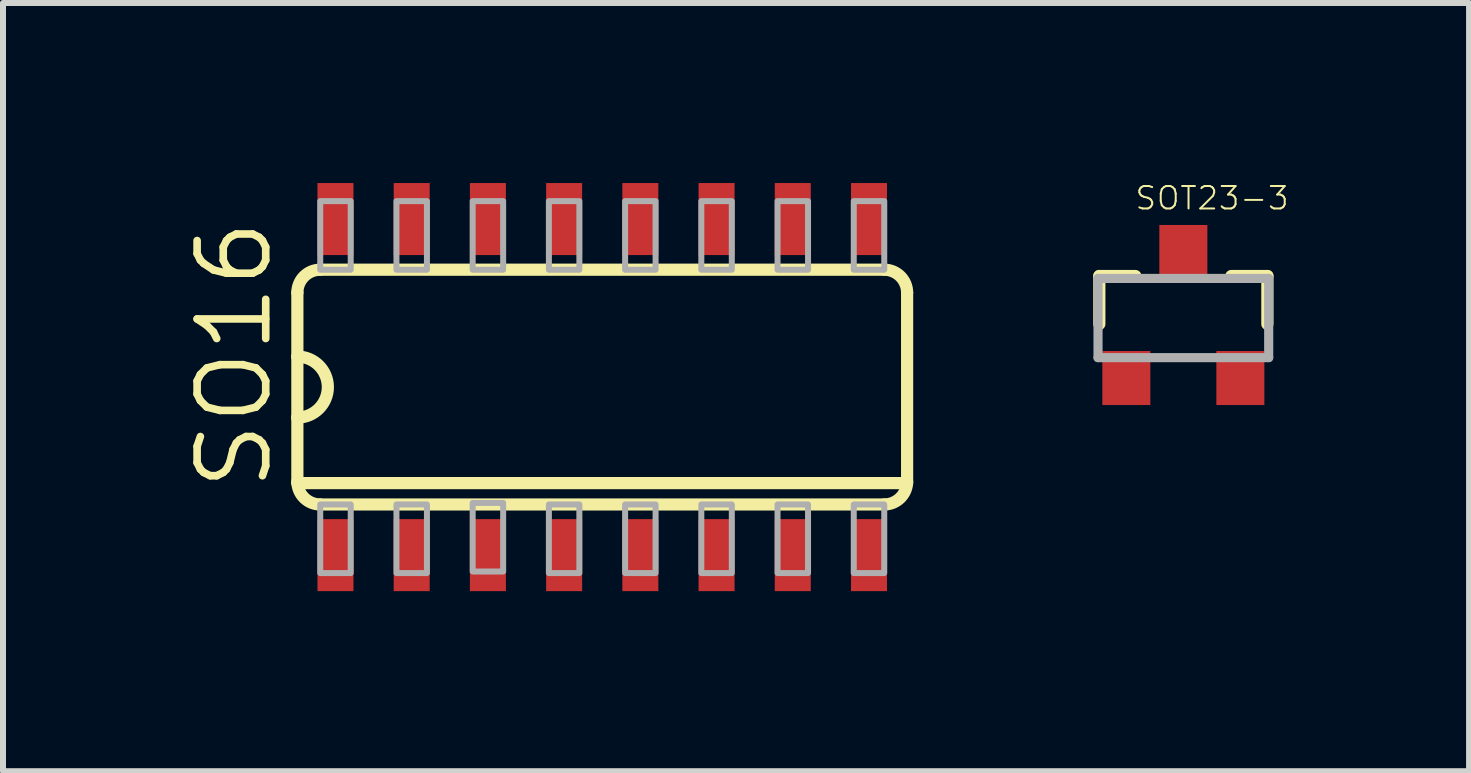
<source format=kicad_pcb>
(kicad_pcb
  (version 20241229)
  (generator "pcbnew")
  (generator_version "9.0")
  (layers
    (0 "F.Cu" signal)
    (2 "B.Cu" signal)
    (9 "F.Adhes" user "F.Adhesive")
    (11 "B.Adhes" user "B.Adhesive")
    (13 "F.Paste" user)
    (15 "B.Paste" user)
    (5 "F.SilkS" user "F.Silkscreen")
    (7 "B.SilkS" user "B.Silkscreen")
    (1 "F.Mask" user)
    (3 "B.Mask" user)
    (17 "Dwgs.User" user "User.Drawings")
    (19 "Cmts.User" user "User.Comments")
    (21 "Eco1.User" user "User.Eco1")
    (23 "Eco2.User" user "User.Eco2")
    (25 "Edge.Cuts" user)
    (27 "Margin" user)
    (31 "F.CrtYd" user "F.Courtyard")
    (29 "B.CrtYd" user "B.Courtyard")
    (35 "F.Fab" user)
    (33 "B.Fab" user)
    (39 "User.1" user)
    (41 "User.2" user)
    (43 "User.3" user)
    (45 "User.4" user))
  (footprint "SO16"
    (layer "F.Cu")
    (at 6.985 3.4)
    (property "Reference" "SO16" (at -5.461 1.778 90) (layer "F.SilkS") (effects (font (size 1.143 1.143) (thickness 0.127)) (justify left bottom)))
    (fp_line (start -5.08 -1.575) (end -5.08 -0.508) (stroke (width 0.203) (type solid)) (layer "F.SilkS"))
    (fp_line (start -5.08 -0.508) (end -5.08 0.508) (stroke (width 0.203) (type solid)) (layer "F.SilkS"))
    (fp_line (start -5.08 0.508) (end -5.08 1.575) (stroke (width 0.203) (type solid)) (layer "F.SilkS"))
    (fp_line (start -5.08 1.6) (end 5.08 1.6) (stroke (width 0.203) (type solid)) (layer "F.SilkS"))
    (fp_line (start -4.699 1.956) (end 4.699 1.956) (stroke (width 0.203) (type solid)) (layer "F.SilkS"))
    (fp_line (start 4.699 -1.956) (end -4.699 -1.956) (stroke (width 0.203) (type solid)) (layer "F.SilkS"))
    (fp_line (start 5.08 1.575) (end 5.08 -1.575) (stroke (width 0.203) (type solid)) (layer "F.SilkS"))
    (fp_arc (start -5.08 -1.5748) (mid -4.968408 -1.844208) (end -4.699 -1.9558) (stroke (width 0.2032) (type solid)) (layer "F.SilkS"))
    (fp_arc (start -5.08 -0.508) (mid -4.572 0) (end -5.08 0.508) (stroke (width 0.2032) (type solid)) (layer "F.SilkS"))
    (fp_arc (start -4.699 1.9558) (mid -4.968408 1.844208) (end -5.08 1.5748) (stroke (width 0.2032) (type solid)) (layer "F.SilkS"))
    (fp_arc (start 4.699 -1.9558) (mid 4.968408 -1.844208) (end 5.08 -1.5748) (stroke (width 0.2032) (type solid)) (layer "F.SilkS"))
    (fp_arc (start 5.08 1.5748) (mid 4.968408 1.844208) (end 4.699 1.9558) (stroke (width 0.2032) (type solid)) (layer "F.SilkS"))
    (fp_poly (pts (xy -4.699 -1.956) (xy -4.191 -1.956) (xy -4.191 -3.099) (xy -4.699 -3.099)) (stroke (width 0.1) (type solid)) (fill no) (layer "F.Fab"))
    (fp_poly (pts (xy -4.699 3.099) (xy -4.191 3.099) (xy -4.191 1.956) (xy -4.699 1.956)) (stroke (width 0.1) (type solid)) (fill no) (layer "F.Fab"))
    (fp_poly (pts (xy -3.429 -1.956) (xy -2.921 -1.956) (xy -2.921 -3.099) (xy -3.429 -3.099)) (stroke (width 0.1) (type solid)) (fill no) (layer "F.Fab"))
    (fp_poly (pts (xy -3.429 3.099) (xy -2.921 3.099) (xy -2.921 1.956) (xy -3.429 1.956)) (stroke (width 0.1) (type solid)) (fill no) (layer "F.Fab"))
    (fp_poly (pts (xy -2.159 -1.956) (xy -1.651 -1.956) (xy -1.651 -3.099) (xy -2.159 -3.099)) (stroke (width 0.1) (type solid)) (fill no) (layer "F.Fab"))
    (fp_poly (pts (xy -2.159 3.073) (xy -1.651 3.073) (xy -1.651 1.93) (xy -2.159 1.93)) (stroke (width 0.1) (type solid)) (fill no) (layer "F.Fab"))
    (fp_poly (pts (xy -0.889 -1.956) (xy -0.381 -1.956) (xy -0.381 -3.099) (xy -0.889 -3.099)) (stroke (width 0.1) (type solid)) (fill no) (layer "F.Fab"))
    (fp_poly (pts (xy -0.889 3.099) (xy -0.381 3.099) (xy -0.381 1.956) (xy -0.889 1.956)) (stroke (width 0.1) (type solid)) (fill no) (layer "F.Fab"))
    (fp_poly (pts (xy 0.381 -1.956) (xy 0.889 -1.956) (xy 0.889 -3.099) (xy 0.381 -3.099)) (stroke (width 0.1) (type solid)) (fill no) (layer "F.Fab"))
    (fp_poly (pts (xy 0.381 3.099) (xy 0.889 3.099) (xy 0.889 1.956) (xy 0.381 1.956)) (stroke (width 0.1) (type solid)) (fill no) (layer "F.Fab"))
    (fp_poly (pts (xy 1.651 -1.956) (xy 2.159 -1.956) (xy 2.159 -3.099) (xy 1.651 -3.099)) (stroke (width 0.1) (type solid)) (fill no) (layer "F.Fab"))
    (fp_poly (pts (xy 1.651 3.099) (xy 2.159 3.099) (xy 2.159 1.956) (xy 1.651 1.956)) (stroke (width 0.1) (type solid)) (fill no) (layer "F.Fab"))
    (fp_poly (pts (xy 2.921 -1.956) (xy 3.429 -1.956) (xy 3.429 -3.099) (xy 2.921 -3.099)) (stroke (width 0.1) (type solid)) (fill no) (layer "F.Fab"))
    (fp_poly (pts (xy 2.921 3.099) (xy 3.429 3.099) (xy 3.429 1.956) (xy 2.921 1.956)) (stroke (width 0.1) (type solid)) (fill no) (layer "F.Fab"))
    (fp_poly (pts (xy 4.191 -1.956) (xy 4.699 -1.956) (xy 4.699 -3.099) (xy 4.191 -3.099)) (stroke (width 0.1) (type solid)) (fill no) (layer "F.Fab"))
    (fp_poly (pts (xy 4.191 3.099) (xy 4.699 3.099) (xy 4.699 1.956) (xy 4.191 1.956)) (stroke (width 0.1) (type solid)) (fill no) (layer "F.Fab"))
    (pad "1" smd rect (at -4.445 2.8) (size 0.6 1.2) (layers "F.Cu" "F.Mask" "F.Paste"))
    (pad "2" smd rect (at -3.175 2.8) (size 0.6 1.2) (layers "F.Cu" "F.Mask" "F.Paste"))
    (pad "3" smd rect (at -1.905 2.8) (size 0.6 1.2) (layers "F.Cu" "F.Mask" "F.Paste"))
    (pad "4" smd rect (at -0.635 2.8) (size 0.6 1.2) (layers "F.Cu" "F.Mask" "F.Paste"))
    (pad "5" smd rect (at 0.635 2.8) (size 0.6 1.2) (layers "F.Cu" "F.Mask" "F.Paste"))
    (pad "6" smd rect (at 1.905 2.8) (size 0.6 1.2) (layers "F.Cu" "F.Mask" "F.Paste"))
    (pad "7" smd rect (at 3.175 2.8) (size 0.6 1.2) (layers "F.Cu" "F.Mask" "F.Paste"))
    (pad "8" smd rect (at 4.445 2.8) (size 0.6 1.2) (layers "F.Cu" "F.Mask" "F.Paste"))
    (pad "9" smd rect (at 4.445 -2.8) (size 0.6 1.2) (layers "F.Cu" "F.Mask" "F.Paste"))
    (pad "10" smd rect (at 3.175 -2.8) (size 0.6 1.2) (layers "F.Cu" "F.Mask" "F.Paste"))
    (pad "11" smd rect (at 1.905 -2.8) (size 0.6 1.2) (layers "F.Cu" "F.Mask" "F.Paste"))
    (pad "12" smd rect (at 0.635 -2.8) (size 0.6 1.2) (layers "F.Cu" "F.Mask" "F.Paste"))
    (pad "13" smd rect (at -0.635 -2.8) (size 0.6 1.2) (layers "F.Cu" "F.Mask" "F.Paste"))
    (pad "14" smd rect (at -1.905 -2.8) (size 0.6 1.2) (layers "F.Cu" "F.Mask" "F.Paste"))
    (pad "15" smd rect (at -3.175 -2.8) (size 0.6 1.2) (layers "F.Cu" "F.Mask" "F.Paste"))
    (pad "16" smd rect (at -4.445 -2.8) (size 0.6 1.2) (layers "F.Cu" "F.Mask" "F.Paste")))
  (footprint "SOT23-3"
    (layer "F.Cu")
    (at 16.668 2.249)
    (property "Reference" "SOT23-3" (at -0.826 -1.778 0) (layer "F.SilkS") (effects (font (size 0.374 0.374) (thickness 0.033)) (justify left bottom)))
    (fp_line (start -1.4 -0.7) (end -1.4 0.1) (stroke (width 0.203) (type solid)) (layer "F.SilkS"))
    (fp_line (start -0.8 -0.7) (end -1.4 -0.7) (stroke (width 0.203) (type solid)) (layer "F.SilkS"))
    (fp_line (start 0.8 -0.7) (end 1.4 -0.7) (stroke (width 0.203) (type solid)) (layer "F.SilkS"))
    (fp_line (start 1.4 -0.7) (end 1.4 0.1) (stroke (width 0.203) (type solid)) (layer "F.SilkS"))
    (fp_line (start -1.422 -0.66) (end 1.422 -0.66) (stroke (width 0.152) (type solid)) (layer "F.Fab"))
    (fp_line (start -1.422 0.66) (end -1.422 -0.66) (stroke (width 0.152) (type solid)) (layer "F.Fab"))
    (fp_line (start 1.422 -0.66) (end 1.422 0.66) (stroke (width 0.152) (type solid)) (layer "F.Fab"))
    (fp_line (start 1.422 0.66) (end -1.422 0.66) (stroke (width 0.152) (type solid)) (layer "F.Fab"))
    (pad "1" smd rect (at -0.95 1) (size 0.8 0.9) (layers "F.Cu" "F.Mask" "F.Paste"))
    (pad "2" smd rect (at 0.95 1) (size 0.8 0.9) (layers "F.Cu" "F.Mask" "F.Paste"))
    (pad "3" smd rect (at 0 -1.1) (size 0.8 0.9) (layers "F.Cu" "F.Mask" "F.Paste")))
  (gr_rect
    (start -3 -3)
    (end 21.429 9.8)
    (stroke (width 0.1) (type default))
    (fill no)
    (layer "Edge.Cuts")))
</source>
